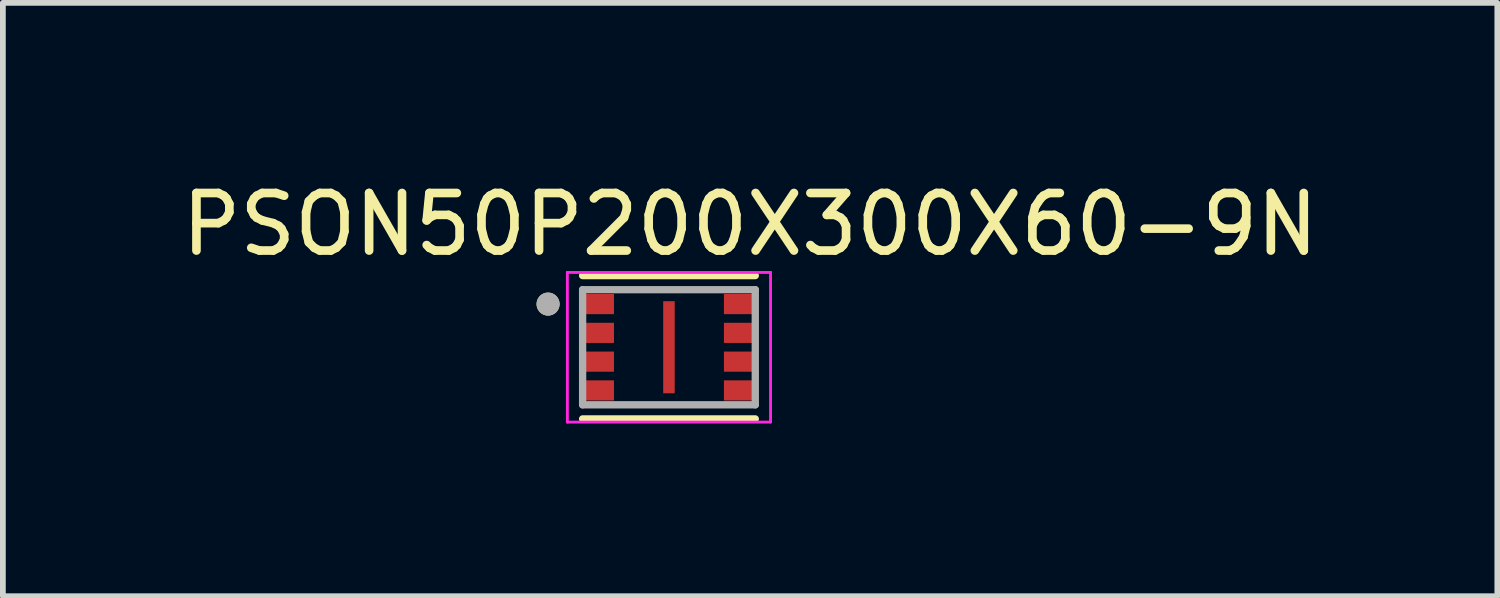
<source format=kicad_pcb>
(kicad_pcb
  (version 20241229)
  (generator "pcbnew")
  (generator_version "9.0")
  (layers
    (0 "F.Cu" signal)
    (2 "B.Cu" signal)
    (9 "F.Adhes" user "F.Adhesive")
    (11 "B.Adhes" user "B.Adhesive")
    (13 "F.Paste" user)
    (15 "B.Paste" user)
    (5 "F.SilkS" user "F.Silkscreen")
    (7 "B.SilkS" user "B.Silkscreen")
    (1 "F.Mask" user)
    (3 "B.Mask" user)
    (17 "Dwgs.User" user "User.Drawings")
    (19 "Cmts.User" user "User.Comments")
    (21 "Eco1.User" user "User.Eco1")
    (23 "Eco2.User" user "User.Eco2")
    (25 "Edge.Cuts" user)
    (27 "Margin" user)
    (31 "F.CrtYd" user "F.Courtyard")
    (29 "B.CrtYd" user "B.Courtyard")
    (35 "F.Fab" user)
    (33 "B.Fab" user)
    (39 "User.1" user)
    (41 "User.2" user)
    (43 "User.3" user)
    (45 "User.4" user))
  (footprint "PSON50P200X300X60-9N"
    (layer "F.Cu")
    (at 8.572 2.983)
    (property "Reference" "PSON50P200X300X60-9N" (at 1.41 -2.135 0) (layer "F.SilkS") (effects (font (size 1 1) (thickness 0.15))))
    (attr smd)
    (fp_line (start -1.5 -1.245) (end 1.5 -1.245) (stroke (width 0.127) (type solid)) (layer "F.SilkS"))
    (fp_line (start 1.5 1.245) (end -1.5 1.245) (stroke (width 0.127) (type solid)) (layer "F.SilkS"))
    (fp_circle (center -2.1 -0.75) (end -2 -0.75) (stroke (width 0.2) (type solid)) (fill no) (layer "F.SilkS"))
    (fp_poly (pts (xy -0.045 -0.76) (xy 0.045 -0.76) (xy 0.045 -0.02) (xy -0.045 -0.02)) (stroke (width 0.01) (type solid)) (fill yes) (layer "F.Paste"))
    (fp_poly (pts (xy -0.045 0.02) (xy 0.045 0.02) (xy 0.045 0.76) (xy -0.045 0.76)) (stroke (width 0.01) (type solid)) (fill yes) (layer "F.Paste"))
    (fp_line (start -1.765 -1.3) (end -1.765 1.3) (stroke (width 0.05) (type solid)) (layer "F.CrtYd"))
    (fp_line (start -1.765 1.3) (end 1.765 1.3) (stroke (width 0.05) (type solid)) (layer "F.CrtYd"))
    (fp_line (start 1.765 -1.3) (end -1.765 -1.3) (stroke (width 0.05) (type solid)) (layer "F.CrtYd"))
    (fp_line (start 1.765 1.3) (end 1.765 -1.3) (stroke (width 0.05) (type solid)) (layer "F.CrtYd"))
    (fp_line (start -1.5 -1) (end 1.5 -1) (stroke (width 0.127) (type solid)) (layer "F.Fab"))
    (fp_line (start -1.5 1) (end -1.5 -1) (stroke (width 0.127) (type solid)) (layer "F.Fab"))
    (fp_line (start 1.5 -1) (end 1.5 1) (stroke (width 0.127) (type solid)) (layer "F.Fab"))
    (fp_line (start 1.5 1) (end -1.5 1) (stroke (width 0.127) (type solid)) (layer "F.Fab"))
    (fp_circle (center -2.1 -0.75) (end -2 -0.75) (stroke (width 0.2) (type solid)) (fill no) (layer "F.Fab"))
    (pad "1" smd rect (at -1.235 -0.75) (size 0.56 0.35) (layers "F.Cu" "F.Mask" "F.Paste"))
    (pad "2" smd rect (at -1.235 -0.25) (size 0.56 0.35) (layers "F.Cu" "F.Mask" "F.Paste"))
    (pad "3" smd rect (at -1.235 0.25) (size 0.56 0.35) (layers "F.Cu" "F.Mask" "F.Paste"))
    (pad "4" smd rect (at -1.235 0.75) (size 0.56 0.35) (layers "F.Cu" "F.Mask" "F.Paste"))
    (pad "5" smd rect (at 1.235 0.75) (size 0.56 0.35) (layers "F.Cu" "F.Mask" "F.Paste"))
    (pad "6" smd rect (at 1.235 0.25) (size 0.56 0.35) (layers "F.Cu" "F.Mask" "F.Paste"))
    (pad "7" smd rect (at 1.235 -0.25) (size 0.56 0.35) (layers "F.Cu" "F.Mask" "F.Paste"))
    (pad "8" smd rect (at 1.235 -0.75) (size 0.56 0.35) (layers "F.Cu" "F.Mask" "F.Paste"))
    (pad "9" smd rect (at 0 0) (size 0.2 1.6) (layers "F.Cu" "F.Mask")))
  (gr_rect
    (start -3 -3)
    (end 22.964 7.308)
    (stroke (width 0.1) (type default))
    (fill no)
    (layer "Edge.Cuts")))
</source>
